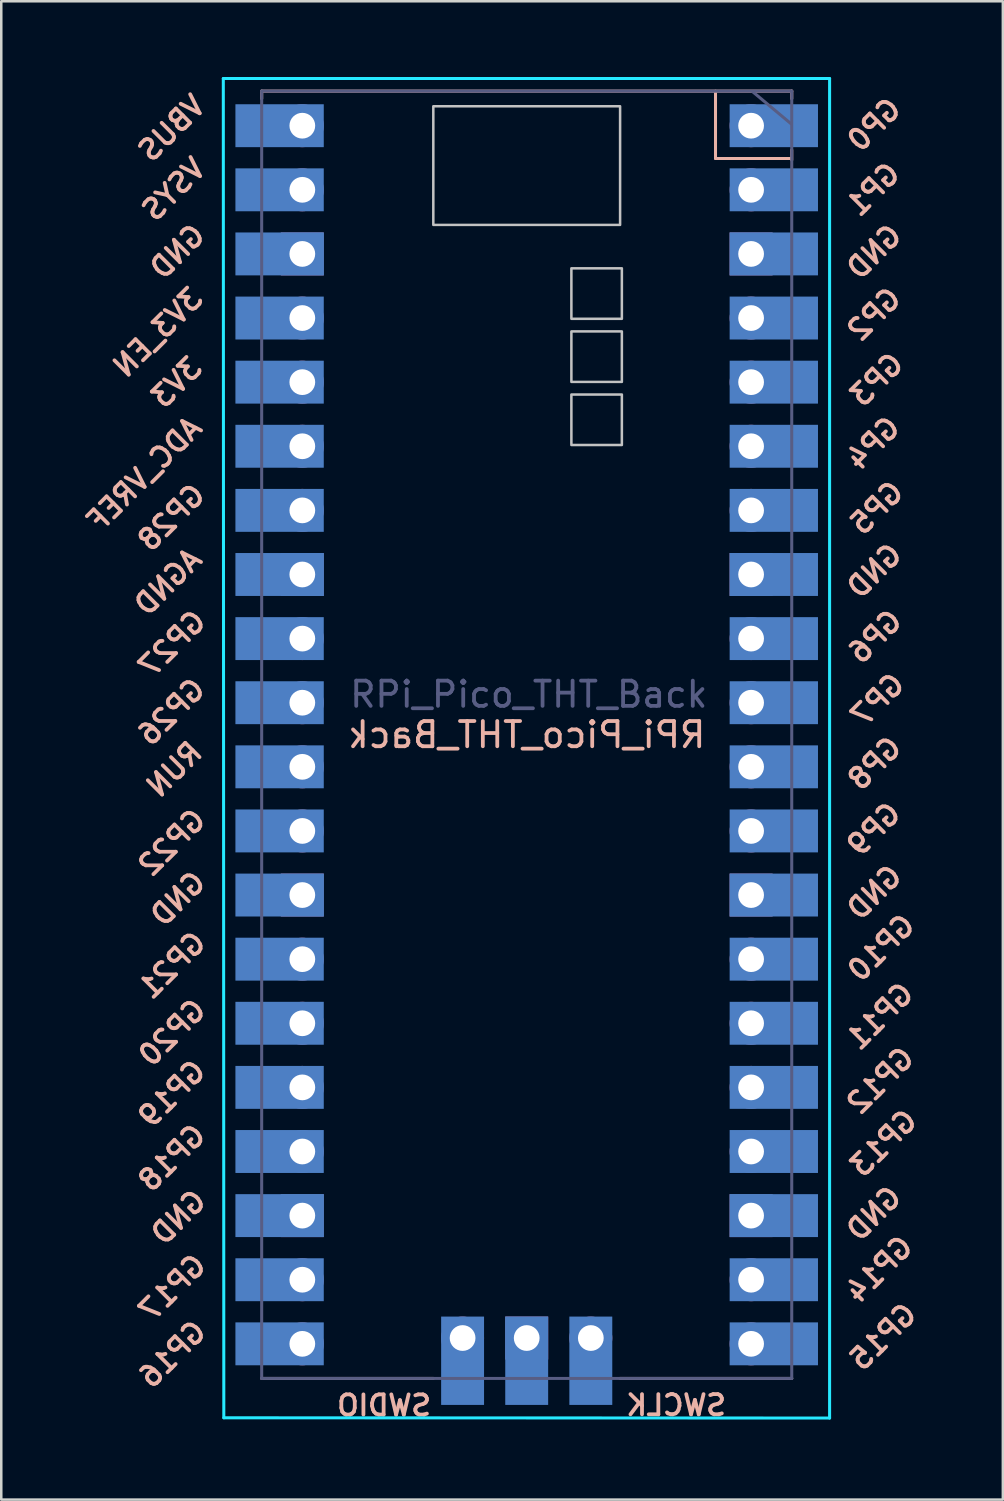
<source format=kicad_pcb>
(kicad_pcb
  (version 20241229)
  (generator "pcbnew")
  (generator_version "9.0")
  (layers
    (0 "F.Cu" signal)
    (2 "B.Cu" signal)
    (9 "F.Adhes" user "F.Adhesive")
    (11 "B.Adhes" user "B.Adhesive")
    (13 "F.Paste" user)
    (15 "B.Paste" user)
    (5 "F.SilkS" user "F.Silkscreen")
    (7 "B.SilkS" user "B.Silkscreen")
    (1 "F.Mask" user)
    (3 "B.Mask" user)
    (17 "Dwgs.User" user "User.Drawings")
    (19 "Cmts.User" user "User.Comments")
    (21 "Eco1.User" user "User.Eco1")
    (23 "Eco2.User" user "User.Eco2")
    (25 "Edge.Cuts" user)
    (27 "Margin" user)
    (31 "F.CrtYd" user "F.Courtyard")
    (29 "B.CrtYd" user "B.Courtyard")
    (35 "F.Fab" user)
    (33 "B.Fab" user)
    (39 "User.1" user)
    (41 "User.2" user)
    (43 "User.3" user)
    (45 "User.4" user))
  (footprint "RPi_Pico_THT_Back"
    (layer "F.Cu")
    (at 17.817 26.06)
    (property "Reference" "RPi_Pico_THT_Back" (at 0 0 0) (layer "B.SilkS") (effects (font (size 1 1) (thickness 0.15)) (justify mirror)))
    (attr through_hole)
    (fp_line (start -10.5 -25.5) (end -10.5 -25.2) (stroke (width 0.12) (type solid)) (layer "B.SilkS"))
    (fp_line (start -10.5 -25.5) (end 10.5 -25.5) (stroke (width 0.12) (type solid)) (layer "B.SilkS"))
    (fp_line (start -3.7 25.5) (end -10.5 25.5) (stroke (width 0.12) (type solid)) (layer "B.SilkS"))
    (fp_line (start 7.48 -22.83) (end 7.48 -25.497) (stroke (width 0.12) (type solid)) (layer "B.SilkS"))
    (fp_line (start 7.48 -22.83) (end 10.487 -22.83) (stroke (width 0.12) (type solid)) (layer "B.SilkS"))
    (fp_line (start 10.5 -25.5) (end 10.5 -25.2) (stroke (width 0.12) (type solid)) (layer "B.SilkS"))
    (fp_line (start 10.5 -23.17) (end 10.5 -22.77) (stroke (width 0.12) (type solid)) (layer "B.SilkS"))
    (fp_line (start 10.5 25.5) (end 3.7 25.5) (stroke (width 0.12) (type solid)) (layer "B.SilkS"))
    (fp_poly (pts (xy 3.7 -20.2) (xy -3.7 -20.2) (xy -3.7 -24.9) (xy 3.7 -24.9)) (stroke (width 0.1) (type solid)) (fill no) (layer "Dwgs.User"))
    (fp_poly (pts (xy 3.77 -16.48) (xy 1.77 -16.48) (xy 1.77 -18.48) (xy 3.77 -18.48)) (stroke (width 0.1) (type solid)) (fill no) (layer "Dwgs.User"))
    (fp_poly (pts (xy 3.77 -13.98) (xy 1.77 -13.98) (xy 1.77 -15.98) (xy 3.77 -15.98)) (stroke (width 0.1) (type solid)) (fill no) (layer "Dwgs.User"))
    (fp_poly (pts (xy 3.77 -11.48) (xy 1.77 -11.48) (xy 1.77 -13.48) (xy 3.77 -13.48)) (stroke (width 0.1) (type solid)) (fill no) (layer "Dwgs.User"))
    (fp_line (start -12.02 -26) (end 12 -26) (stroke (width 0.12) (type solid)) (layer "B.CrtYd"))
    (fp_line (start -12 27.06) (end -12.02 -26) (stroke (width 0.12) (type solid)) (layer "B.CrtYd"))
    (fp_line (start 12 -26) (end 12 27.07) (stroke (width 0.12) (type solid)) (layer "B.CrtYd"))
    (fp_line (start 12 27.07) (end -12 27.06) (stroke (width 0.12) (type solid)) (layer "B.CrtYd"))
    (fp_line (start -10.5 -25.5) (end 10.5 -25.5) (stroke (width 0.12) (type solid)) (layer "B.Fab"))
    (fp_line (start -10.5 25.5) (end -10.5 -25.5) (stroke (width 0.12) (type solid)) (layer "B.Fab"))
    (fp_line (start 8.96 -25.47) (end 10.48 -24.2) (stroke (width 0.12) (type solid)) (layer "B.Fab"))
    (fp_line (start 10.5 -25.5) (end 10.5 25.5) (stroke (width 0.12) (type solid)) (layer "B.Fab"))
    (fp_line (start 10.5 25.5) (end -10.5 25.5) (stroke (width 0.12) (type solid)) (layer "B.Fab"))
    (fp_text user "GND" (at -13.79 19.12 45) (layer "B.SilkS") (effects (font (size 0.8 0.8) (thickness 0.15)) (justify mirror)))
    (fp_text user "GP16" (at -14.03 24.54 45) (layer "B.SilkS") (effects (font (size 0.8 0.8) (thickness 0.15)) (justify mirror)))
    (fp_text user "GP19" (at -14.05 14.22 45) (layer "B.SilkS") (effects (font (size 0.8 0.8) (thickness 0.15)) (justify mirror)))
    (fp_text user "GP28" (at -14.07 -8.61 45) (layer "B.SilkS") (effects (font (size 0.8 0.8) (thickness 0.15)) (justify mirror)))
    (fp_text user "AGND" (at -14.21 -6.05 45) (layer "B.SilkS") (effects (font (size 0.8 0.8) (thickness 0.15)) (justify mirror)))
    (fp_text user "GP20" (at -14.04 11.8 45) (layer "B.SilkS") (effects (font (size 0.8 0.8) (thickness 0.15)) (justify mirror)))
    (fp_text user "GP15" (at 14.12 23.85 45) (layer "B.SilkS") (effects (font (size 0.8 0.8) (thickness 0.15)) (justify mirror)))
    (fp_text user "GND" (at -13.81 6.5 45) (layer "B.SilkS") (effects (font (size 0.8 0.8) (thickness 0.15)) (justify mirror)))
    (fp_text user "RUN" (at -13.96 1.37 45) (layer "B.SilkS") (effects (font (size 0.8 0.8) (thickness 0.15)) (justify mirror)))
    (fp_text user "VBUS" (at -14.06 -24.03 45) (layer "B.SilkS") (effects (font (size 0.8 0.8) (thickness 0.15)) (justify mirror)))
    (fp_text user "GP5" (at 13.87 -8.99 45) (layer "B.SilkS") (effects (font (size 0.8 0.8) (thickness 0.15)) (justify mirror)))
    (fp_text user "3V3" (at -13.87 -13.96 45) (layer "B.SilkS") (effects (font (size 0.8 0.8) (thickness 0.15)) (justify mirror)))
    (fp_text user "GP17" (at -14.03 21.91 45) (layer "B.SilkS") (effects (font (size 0.8 0.8) (thickness 0.15)) (justify mirror)))
    (fp_text user "GP10" (at 14.05 8.44 45) (layer "B.SilkS") (effects (font (size 0.8 0.8) (thickness 0.15)) (justify mirror)))
    (fp_text user "GND" (at -13.83 -19.14 45) (layer "B.SilkS") (effects (font (size 0.8 0.8) (thickness 0.15)) (justify mirror)))
    (fp_text user "ADC_VREF" (at -15.15 -10.32 45) (layer "B.SilkS") (effects (font (size 0.8 0.8) (thickness 0.15)) (justify mirror)))
    (fp_text user "GP2" (at 13.77 -16.66 45) (layer "B.SilkS") (effects (font (size 0.8 0.8) (thickness 0.15)) (justify mirror)))
    (fp_text user "GP4" (at 13.73 -11.55 45) (layer "B.SilkS") (effects (font (size 0.8 0.8) (thickness 0.15)) (justify mirror)))
    (fp_text user "GP21" (at -14.04 9.13 45) (layer "B.SilkS") (effects (font (size 0.8 0.8) (thickness 0.15)) (justify mirror)))
    (fp_text user "SWCLK" (at 5.92 26.56 0) (layer "B.SilkS") (effects (font (size 0.8 0.8) (thickness 0.15)) (justify mirror)))
    (fp_text user "3V3_EN" (at -14.61 -15.94 45) (layer "B.SilkS") (effects (font (size 0.8 0.8) (thickness 0.15)) (justify mirror)))
    (fp_text user "GP1" (at 13.73 -21.61 45) (layer "B.SilkS") (effects (font (size 0.8 0.8) (thickness 0.15)) (justify mirror)))
    (fp_text user "GND" (at 13.76 18.97 45) (layer "B.SilkS") (effects (font (size 0.8 0.8) (thickness 0.15)) (justify mirror)))
    (fp_text user "GP22" (at -14.05 4.27 45) (layer "B.SilkS") (effects (font (size 0.8 0.8) (thickness 0.15)) (justify mirror)))
    (fp_text user "GP26" (at -14.07 -0.91 45) (layer "B.SilkS") (effects (font (size 0.8 0.8) (thickness 0.15)) (justify mirror)))
    (fp_text user "GP13" (at 14.14 16.18 45) (layer "B.SilkS") (effects (font (size 0.8 0.8) (thickness 0.15)) (justify mirror)))
    (fp_text user "GP6" (at 13.81 -3.89 45) (layer "B.SilkS") (effects (font (size 0.8 0.8) (thickness 0.15)) (justify mirror)))
    (fp_text user "GP0" (at 13.77 -24.17 45) (layer "B.SilkS") (effects (font (size 0.8 0.8) (thickness 0.15)) (justify mirror)))
    (fp_text user "GP11" (at 14 11.15 45) (layer "B.SilkS") (effects (font (size 0.8 0.8) (thickness 0.15)) (justify mirror)))
    (fp_text user "VSYS" (at -13.98 -21.61 45) (layer "B.SilkS") (effects (font (size 0.8 0.8) (thickness 0.15)) (justify mirror)))
    (fp_text user "GP8" (at 13.79 1.13 45) (layer "B.SilkS") (effects (font (size 0.8 0.8) (thickness 0.15)) (justify mirror)))
    (fp_text user "GP3" (at 13.87 -14.07 45) (layer "B.SilkS") (effects (font (size 0.8 0.8) (thickness 0.15)) (justify mirror)))
    (fp_text user "GP27" (at -14.04 -3.6 45) (layer "B.SilkS") (effects (font (size 0.8 0.8) (thickness 0.15)) (justify mirror)))
    (fp_text user "GP7" (at 13.91 -1.38 45) (layer "B.SilkS") (effects (font (size 0.8 0.8) (thickness 0.15)) (justify mirror)))
    (fp_text user "GP9" (at 13.76 3.74 45) (layer "B.SilkS") (effects (font (size 0.8 0.8) (thickness 0.15)) (justify mirror)))
    (fp_text user "GND" (at 13.78 6.25 45) (layer "B.SilkS") (effects (font (size 0.8 0.8) (thickness 0.15)) (justify mirror)))
    (fp_text user "GND" (at 13.78 -6.49 45) (layer "B.SilkS") (effects (font (size 0.8 0.8) (thickness 0.15)) (justify mirror)))
    (fp_text user "GND" (at 13.77 -19.13 45) (layer "B.SilkS") (effects (font (size 0.8 0.8) (thickness 0.15)) (justify mirror)))
    (fp_text user "GP14" (at 13.97 21.18 45) (layer "B.SilkS") (effects (font (size 0.8 0.8) (thickness 0.15)) (justify mirror)))
    (fp_text user "GP12" (at 14.02 13.7 45) (layer "B.SilkS") (effects (font (size 0.8 0.8) (thickness 0.15)) (justify mirror)))
    (fp_text user "GP18" (at -14.05 16.76 45) (layer "B.SilkS") (effects (font (size 0.8 0.8) (thickness 0.15)) (justify mirror)))
    (fp_text user "SWDIO" (at -5.65 26.57 0) (layer "B.SilkS") (effects (font (size 0.8 0.8) (thickness 0.15)) (justify mirror)))
    (fp_text user "${REFERENCE}" (at 0.08 -1.6 180) (layer "B.Fab") (effects (font (size 1 1) (thickness 0.15))))
    (pad "1" thru_hole oval (at 8.89 -24.13) (size 1.7 1.7) (drill 1.02) (layers "*.Cu" "*.Mask"))
    (pad "1" smd rect (at 8.89 -24.13) (size 3.5 1.7) (drill (offset 0.9 0)) (layers "B.Cu" "B.Mask"))
    (pad "2" thru_hole oval (at 8.89 -21.59) (size 1.7 1.7) (drill 1.02) (layers "*.Cu" "*.Mask"))
    (pad "2" smd rect (at 8.89 -21.59) (size 3.5 1.7) (drill (offset 0.9 0)) (layers "B.Cu" "B.Mask"))
    (pad "3" thru_hole rect (at 8.89 -19.05) (size 1.7 1.7) (drill 1.02) (layers "*.Cu" "*.Mask"))
    (pad "3" smd rect (at 8.89 -19.05) (size 3.5 1.7) (drill (offset 0.9 0)) (layers "B.Cu" "B.Mask"))
    (pad "4" thru_hole oval (at 8.89 -16.51) (size 1.7 1.7) (drill 1.02) (layers "*.Cu" "*.Mask"))
    (pad "4" smd rect (at 8.89 -16.51) (size 3.5 1.7) (drill (offset 0.9 0)) (layers "B.Cu" "B.Mask"))
    (pad "5" thru_hole oval (at 8.89 -13.97) (size 1.7 1.7) (drill 1.02) (layers "*.Cu" "*.Mask"))
    (pad "5" smd rect (at 8.89 -13.97) (size 3.5 1.7) (drill (offset 0.9 0)) (layers "B.Cu" "B.Mask"))
    (pad "6" thru_hole oval (at 8.89 -11.43) (size 1.7 1.7) (drill 1.02) (layers "*.Cu" "*.Mask"))
    (pad "6" smd rect (at 8.89 -11.43) (size 3.5 1.7) (drill (offset 0.9 0)) (layers "B.Cu" "B.Mask"))
    (pad "7" thru_hole oval (at 8.89 -8.89) (size 1.7 1.7) (drill 1.02) (layers "*.Cu" "*.Mask"))
    (pad "7" smd rect (at 8.89 -8.89) (size 3.5 1.7) (drill (offset 0.9 0)) (layers "B.Cu" "B.Mask"))
    (pad "8" thru_hole rect (at 8.89 -6.35) (size 1.7 1.7) (drill 1.02) (layers "*.Cu" "*.Mask"))
    (pad "8" smd rect (at 8.89 -6.35) (size 3.5 1.7) (drill (offset 0.9 0)) (layers "B.Cu" "B.Mask"))
    (pad "9" thru_hole oval (at 8.89 -3.81) (size 1.7 1.7) (drill 1.02) (layers "*.Cu" "*.Mask"))
    (pad "9" smd rect (at 8.89 -3.81) (size 3.5 1.7) (drill (offset 0.9 0)) (layers "B.Cu" "B.Mask"))
    (pad "10" thru_hole oval (at 8.89 -1.27) (size 1.7 1.7) (drill 1.02) (layers "*.Cu" "*.Mask"))
    (pad "10" smd rect (at 8.89 -1.27) (size 3.5 1.7) (drill (offset 0.9 0)) (layers "B.Cu" "B.Mask"))
    (pad "11" thru_hole oval (at 8.89 1.27) (size 1.7 1.7) (drill 1.02) (layers "*.Cu" "*.Mask"))
    (pad "11" smd rect (at 8.89 1.27) (size 3.5 1.7) (drill (offset 0.9 0)) (layers "B.Cu" "B.Mask"))
    (pad "12" thru_hole oval (at 8.89 3.81) (size 1.7 1.7) (drill 1.02) (layers "*.Cu" "*.Mask"))
    (pad "12" smd rect (at 8.89 3.81) (size 3.5 1.7) (drill (offset 0.9 0)) (layers "B.Cu" "B.Mask"))
    (pad "13" thru_hole rect (at 8.89 6.35) (size 1.7 1.7) (drill 1.02) (layers "*.Cu" "*.Mask"))
    (pad "13" smd rect (at 8.89 6.35) (size 3.5 1.7) (drill (offset 0.9 0)) (layers "B.Cu" "B.Mask"))
    (pad "14" thru_hole oval (at 8.89 8.89) (size 1.7 1.7) (drill 1.02) (layers "*.Cu" "*.Mask"))
    (pad "14" smd rect (at 8.89 8.89) (size 3.5 1.7) (drill (offset 0.9 0)) (layers "B.Cu" "B.Mask"))
    (pad "15" thru_hole oval (at 8.89 11.43) (size 1.7 1.7) (drill 1.02) (layers "*.Cu" "*.Mask"))
    (pad "15" smd rect (at 8.89 11.43) (size 3.5 1.7) (drill (offset 0.9 0)) (layers "B.Cu" "B.Mask"))
    (pad "16" thru_hole oval (at 8.89 13.97) (size 1.7 1.7) (drill 1.02) (layers "*.Cu" "*.Mask"))
    (pad "16" smd rect (at 8.89 13.97) (size 3.5 1.7) (drill (offset 0.9 0)) (layers "B.Cu" "B.Mask"))
    (pad "17" thru_hole oval (at 8.89 16.51) (size 1.7 1.7) (drill 1.02) (layers "*.Cu" "*.Mask"))
    (pad "17" smd rect (at 8.89 16.51) (size 3.5 1.7) (drill (offset 0.9 0)) (layers "B.Cu" "B.Mask"))
    (pad "18" thru_hole rect (at 8.89 19.05) (size 1.7 1.7) (drill 1.02) (layers "*.Cu" "*.Mask"))
    (pad "18" smd rect (at 8.89 19.05) (size 3.5 1.7) (drill (offset 0.9 0)) (layers "B.Cu" "B.Mask"))
    (pad "19" thru_hole oval (at 8.89 21.59) (size 1.7 1.7) (drill 1.02) (layers "*.Cu" "*.Mask"))
    (pad "19" smd rect (at 8.89 21.59) (size 3.5 1.7) (drill (offset 0.9 0)) (layers "B.Cu" "B.Mask"))
    (pad "20" thru_hole oval (at 8.89 24.13) (size 1.7 1.7) (drill 1.02) (layers "*.Cu" "*.Mask"))
    (pad "20" smd rect (at 8.89 24.13) (size 3.5 1.7) (drill (offset 0.9 0)) (layers "B.Cu" "B.Mask"))
    (pad "21" thru_hole oval (at -8.89 24.13) (size 1.7 1.7) (drill 1.02) (layers "*.Cu" "*.Mask"))
    (pad "21" smd rect (at -8.89 24.13) (size 3.5 1.7) (drill (offset -0.9 0)) (layers "B.Cu" "B.Mask"))
    (pad "22" thru_hole oval (at -8.89 21.59) (size 1.7 1.7) (drill 1.02) (layers "*.Cu" "*.Mask"))
    (pad "22" smd rect (at -8.89 21.59) (size 3.5 1.7) (drill (offset -0.9 0)) (layers "B.Cu" "B.Mask"))
    (pad "23" thru_hole rect (at -8.89 19.05) (size 1.7 1.7) (drill 1.02) (layers "*.Cu" "*.Mask"))
    (pad "23" smd rect (at -8.89 19.05) (size 3.5 1.7) (drill (offset -0.9 0)) (layers "B.Cu" "B.Mask"))
    (pad "24" thru_hole oval (at -8.89 16.51) (size 1.7 1.7) (drill 1.02) (layers "*.Cu" "*.Mask"))
    (pad "24" smd rect (at -8.89 16.51) (size 3.5 1.7) (drill (offset -0.9 0)) (layers "B.Cu" "B.Mask"))
    (pad "25" thru_hole oval (at -8.89 13.97) (size 1.7 1.7) (drill 1.02) (layers "*.Cu" "*.Mask"))
    (pad "25" smd rect (at -8.89 13.97) (size 3.5 1.7) (drill (offset -0.9 0)) (layers "B.Cu" "B.Mask"))
    (pad "26" thru_hole oval (at -8.89 11.43) (size 1.7 1.7) (drill 1.02) (layers "*.Cu" "*.Mask"))
    (pad "26" smd rect (at -8.89 11.43) (size 3.5 1.7) (drill (offset -0.9 0)) (layers "B.Cu" "B.Mask"))
    (pad "27" thru_hole oval (at -8.89 8.89) (size 1.7 1.7) (drill 1.02) (layers "*.Cu" "*.Mask"))
    (pad "27" smd rect (at -8.89 8.89) (size 3.5 1.7) (drill (offset -0.9 0)) (layers "B.Cu" "B.Mask"))
    (pad "28" thru_hole rect (at -8.89 6.35) (size 1.7 1.7) (drill 1.02) (layers "*.Cu" "*.Mask"))
    (pad "28" smd rect (at -8.89 6.35) (size 3.5 1.7) (drill (offset -0.9 0)) (layers "B.Cu" "B.Mask"))
    (pad "29" thru_hole oval (at -8.89 3.81) (size 1.7 1.7) (drill 1.02) (layers "*.Cu" "*.Mask"))
    (pad "29" smd rect (at -8.89 3.81) (size 3.5 1.7) (drill (offset -0.9 0)) (layers "B.Cu" "B.Mask"))
    (pad "30" thru_hole oval (at -8.89 1.27) (size 1.7 1.7) (drill 1.02) (layers "*.Cu" "*.Mask"))
    (pad "30" smd rect (at -8.89 1.27) (size 3.5 1.7) (drill (offset -0.9 0)) (layers "B.Cu" "B.Mask"))
    (pad "31" thru_hole oval (at -8.89 -1.27) (size 1.7 1.7) (drill 1.02) (layers "*.Cu" "*.Mask"))
    (pad "31" smd rect (at -8.89 -1.27) (size 3.5 1.7) (drill (offset -0.9 0)) (layers "B.Cu" "B.Mask"))
    (pad "32" thru_hole oval (at -8.89 -3.81) (size 1.7 1.7) (drill 1.02) (layers "*.Cu" "*.Mask"))
    (pad "32" smd rect (at -8.89 -3.81) (size 3.5 1.7) (drill (offset -0.9 0)) (layers "B.Cu" "B.Mask"))
    (pad "33" thru_hole rect (at -8.89 -6.35) (size 1.7 1.7) (drill 1.02) (layers "*.Cu" "*.Mask"))
    (pad "33" smd rect (at -8.89 -6.35) (size 3.5 1.7) (drill (offset -0.9 0)) (layers "B.Cu" "B.Mask"))
    (pad "34" thru_hole oval (at -8.89 -8.89) (size 1.7 1.7) (drill 1.02) (layers "*.Cu" "*.Mask"))
    (pad "34" smd rect (at -8.89 -8.89) (size 3.5 1.7) (drill (offset -0.9 0)) (layers "B.Cu" "B.Mask"))
    (pad "35" thru_hole oval (at -8.89 -11.43) (size 1.7 1.7) (drill 1.02) (layers "*.Cu" "*.Mask"))
    (pad "35" smd rect (at -8.89 -11.43) (size 3.5 1.7) (drill (offset -0.9 0)) (layers "B.Cu" "B.Mask"))
    (pad "36" thru_hole oval (at -8.89 -13.97) (size 1.7 1.7) (drill 1.02) (layers "*.Cu" "*.Mask"))
    (pad "36" smd rect (at -8.89 -13.97) (size 3.5 1.7) (drill (offset -0.9 0)) (layers "B.Cu" "B.Mask"))
    (pad "37" thru_hole oval (at -8.89 -16.51) (size 1.7 1.7) (drill 1.02) (layers "*.Cu" "*.Mask"))
    (pad "37" smd rect (at -8.89 -16.51) (size 3.5 1.7) (drill (offset -0.9 0)) (layers "B.Cu" "B.Mask"))
    (pad "38" thru_hole rect (at -8.89 -19.05) (size 1.7 1.7) (drill 1.02) (layers "*.Cu" "*.Mask"))
    (pad "38" smd rect (at -8.89 -19.05) (size 3.5 1.7) (drill (offset -0.9 0)) (layers "B.Cu" "B.Mask"))
    (pad "39" thru_hole oval (at -8.89 -21.59) (size 1.7 1.7) (drill 1.02) (layers "*.Cu" "*.Mask"))
    (pad "39" smd rect (at -8.89 -21.59) (size 3.5 1.7) (drill (offset -0.9 0)) (layers "B.Cu" "B.Mask"))
    (pad "40" thru_hole oval (at -8.89 -24.13) (size 1.7 1.7) (drill 1.02) (layers "*.Cu" "*.Mask"))
    (pad "40" smd rect (at -8.89 -24.13) (size 3.5 1.7) (drill (offset -0.9 0)) (layers "B.Cu" "B.Mask"))
    (pad "41" thru_hole oval (at 2.54 23.9) (size 1.7 1.7) (drill 1.02) (layers "*.Cu" "*.Mask"))
    (pad "41" smd rect (at 2.54 23.9 90) (size 3.5 1.7) (drill (offset -0.9 0)) (layers "B.Cu" "B.Mask"))
    (pad "42" thru_hole rect (at 0 23.9) (size 1.7 1.7) (drill 1.02) (layers "*.Cu" "*.Mask"))
    (pad "42" smd rect (at 0 23.9 90) (size 3.5 1.7) (drill (offset -0.9 0)) (layers "B.Cu" "B.Mask"))
    (pad "43" thru_hole oval (at -2.54 23.9) (size 1.7 1.7) (drill 1.02) (layers "*.Cu" "*.Mask"))
    (pad "43" smd rect (at -2.54 23.9 90) (size 3.5 1.7) (drill (offset -0.9 0)) (layers "B.Cu" "B.Mask")))
  (gr_rect
    (start -3 -3)
    (end 36.681 56.361)
    (stroke (width 0.1) (type default))
    (fill no)
    (layer "Edge.Cuts")))
</source>
